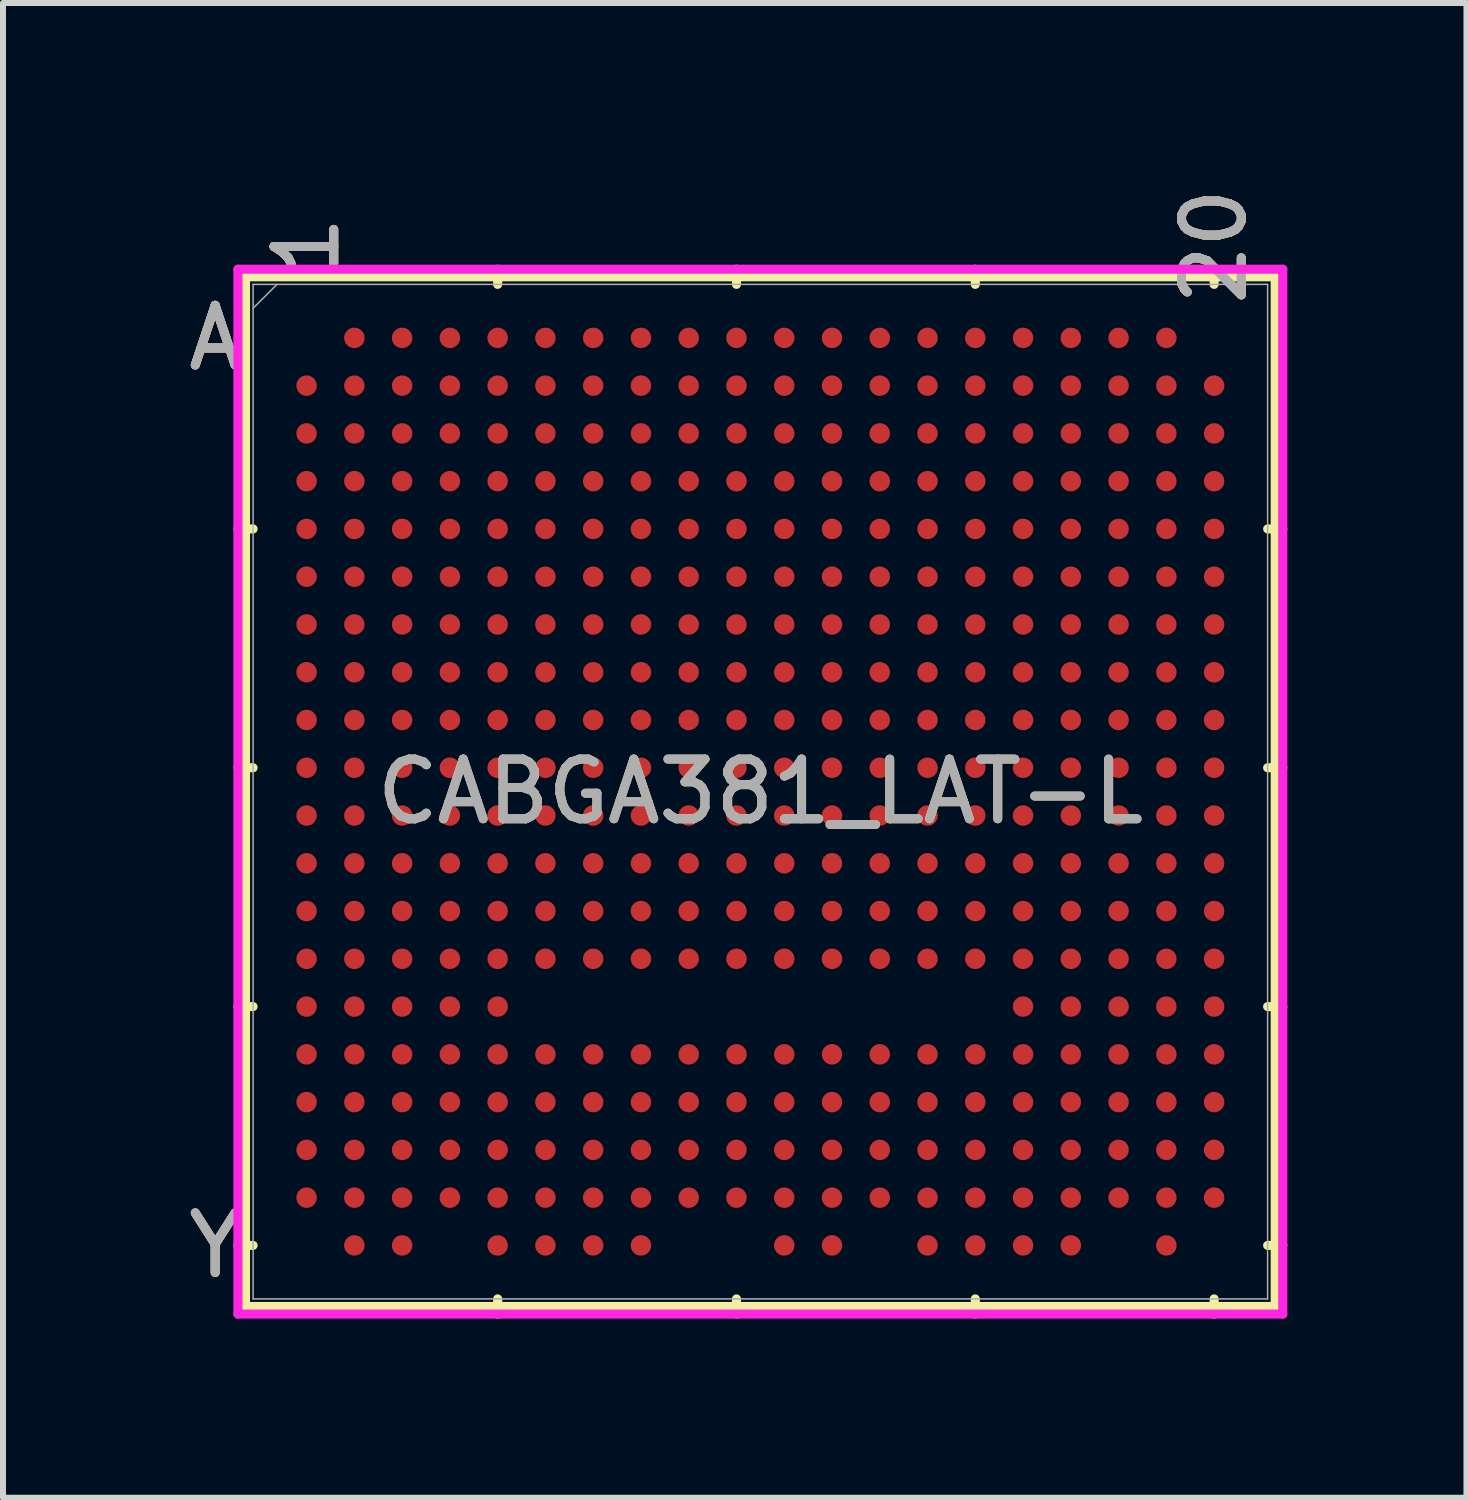
<source format=kicad_pcb>
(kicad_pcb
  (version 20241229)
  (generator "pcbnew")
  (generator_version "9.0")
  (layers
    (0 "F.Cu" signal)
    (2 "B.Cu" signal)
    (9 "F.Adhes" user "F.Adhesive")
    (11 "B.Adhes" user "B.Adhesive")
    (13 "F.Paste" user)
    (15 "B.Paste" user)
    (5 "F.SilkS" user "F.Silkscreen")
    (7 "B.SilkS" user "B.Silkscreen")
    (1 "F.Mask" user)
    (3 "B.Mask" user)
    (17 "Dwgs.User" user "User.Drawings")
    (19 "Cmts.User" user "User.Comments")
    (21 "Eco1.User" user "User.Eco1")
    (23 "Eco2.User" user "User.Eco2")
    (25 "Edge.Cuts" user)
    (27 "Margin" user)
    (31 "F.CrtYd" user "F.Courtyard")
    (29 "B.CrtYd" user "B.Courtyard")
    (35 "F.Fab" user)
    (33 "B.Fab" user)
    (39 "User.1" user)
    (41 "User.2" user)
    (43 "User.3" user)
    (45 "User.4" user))
  (footprint "CABGA381_LAT-L"
    (layer "F.Cu")
    (at 9.685 10.209)
    (property "Reference" "CABGA381_LAT-L" (at 0 0 0) (unlocked yes) (layer "F.SilkS") (effects (font (size 1 1) (thickness 0.15))))
    (attr smd)
    (fp_line (start -8.623 -8.623) (end -8.623 8.623) (stroke (width 0.152) (type solid)) (layer "F.SilkS"))
    (fp_line (start -8.623 8.623) (end 8.623 8.623) (stroke (width 0.152) (type solid)) (layer "F.SilkS"))
    (fp_line (start -8.496 -4.4) (end -8.75 -4.4) (stroke (width 0.152) (type solid)) (layer "F.SilkS"))
    (fp_line (start -8.496 -0.4) (end -8.75 -0.4) (stroke (width 0.152) (type solid)) (layer "F.SilkS"))
    (fp_line (start -8.496 3.6) (end -8.75 3.6) (stroke (width 0.152) (type solid)) (layer "F.SilkS"))
    (fp_line (start -8.496 7.6) (end -8.75 7.6) (stroke (width 0.152) (type solid)) (layer "F.SilkS"))
    (fp_line (start -4.4 -8.496) (end -4.4 -8.75) (stroke (width 0.152) (type solid)) (layer "F.SilkS"))
    (fp_line (start -4.4 8.496) (end -4.4 8.75) (stroke (width 0.152) (type solid)) (layer "F.SilkS"))
    (fp_line (start -0.4 -8.496) (end -0.4 -8.75) (stroke (width 0.152) (type solid)) (layer "F.SilkS"))
    (fp_line (start -0.4 8.496) (end -0.4 8.75) (stroke (width 0.152) (type solid)) (layer "F.SilkS"))
    (fp_line (start 3.6 -8.496) (end 3.6 -8.75) (stroke (width 0.152) (type solid)) (layer "F.SilkS"))
    (fp_line (start 3.6 8.496) (end 3.6 8.75) (stroke (width 0.152) (type solid)) (layer "F.SilkS"))
    (fp_line (start 7.6 -8.496) (end 7.6 -8.75) (stroke (width 0.152) (type solid)) (layer "F.SilkS"))
    (fp_line (start 7.6 8.496) (end 7.6 8.75) (stroke (width 0.152) (type solid)) (layer "F.SilkS"))
    (fp_line (start 8.496 -4.4) (end 8.75 -4.4) (stroke (width 0.152) (type solid)) (layer "F.SilkS"))
    (fp_line (start 8.496 -0.4) (end 8.75 -0.4) (stroke (width 0.152) (type solid)) (layer "F.SilkS"))
    (fp_line (start 8.496 3.6) (end 8.75 3.6) (stroke (width 0.152) (type solid)) (layer "F.SilkS"))
    (fp_line (start 8.496 7.6) (end 8.75 7.6) (stroke (width 0.152) (type solid)) (layer "F.SilkS"))
    (fp_line (start 8.623 -8.623) (end -8.623 -8.623) (stroke (width 0.152) (type solid)) (layer "F.SilkS"))
    (fp_line (start 8.623 8.623) (end 8.623 -8.623) (stroke (width 0.152) (type solid)) (layer "F.SilkS"))
    (fp_poly (pts (xy -8.444 -8.444) (xy 8.444 -8.444) (xy 8.444 8.444) (xy -8.444 8.444)) (stroke (width 0.1) (type solid)) (fill no) (layer "Eco2.User"))
    (fp_line (start -8.75 -8.75) (end 8.75 -8.75) (stroke (width 0.152) (type solid)) (layer "F.CrtYd"))
    (fp_line (start -8.75 8.75) (end -8.75 -8.75) (stroke (width 0.152) (type solid)) (layer "F.CrtYd"))
    (fp_line (start 8.75 -8.75) (end 8.75 8.75) (stroke (width 0.152) (type solid)) (layer "F.CrtYd"))
    (fp_line (start 8.75 8.75) (end -8.75 8.75) (stroke (width 0.152) (type solid)) (layer "F.CrtYd"))
    (fp_line (start -8.496 -8.496) (end -8.496 8.496) (stroke (width 0.025) (type solid)) (layer "F.Fab"))
    (fp_line (start -8.496 8.496) (end 8.496 8.496) (stroke (width 0.025) (type solid)) (layer "F.Fab"))
    (fp_line (start -8.096 -8.496) (end -8.496 -8.096) (stroke (width 0.025) (type solid)) (layer "F.Fab"))
    (fp_line (start 8.496 -8.496) (end -8.496 -8.496) (stroke (width 0.025) (type solid)) (layer "F.Fab"))
    (fp_line (start 8.496 8.496) (end 8.496 -8.496) (stroke (width 0.025) (type solid)) (layer "F.Fab"))
    (fp_text user "A" (at -9.131 -7.6 0) (unlocked yes) (layer "F.SilkS") (effects (font (size 1 1) (thickness 0.15))))
    (fp_text user "20" (at 7.6 -9.131 90) (unlocked yes) (layer "F.SilkS") (effects (font (size 1 1) (thickness 0.15))))
    (fp_text user "1" (at -7.6 -9.131 90) (unlocked yes) (layer "F.SilkS") (effects (font (size 1 1) (thickness 0.15))))
    (fp_text user "Y" (at -9.131 7.6 0) (unlocked yes) (layer "F.SilkS") (effects (font (size 1 1) (thickness 0.15))))
    (fp_text user "Y" (at -9.131 7.6 0) (unlocked yes) (layer "B.SilkS") (effects (font (size 1 1) (thickness 0.15))))
    (fp_text user "A" (at -9.131 -7.6 0) (unlocked yes) (layer "B.SilkS") (effects (font (size 1 1) (thickness 0.15))))
    (fp_text user "20" (at 7.6 -9.131 90) (unlocked yes) (layer "B.SilkS") (effects (font (size 1 1) (thickness 0.15))))
    (fp_text user "1" (at -7.6 -9.131 90) (unlocked yes) (layer "B.SilkS") (effects (font (size 1 1) (thickness 0.15))))
    (fp_text user "A" (at -9.131 -7.6 0) (unlocked yes) (layer "F.Fab") (effects (font (size 1 1) (thickness 0.15))))
    (fp_text user "1" (at -7.6 -9.131 90) (unlocked yes) (layer "F.Fab") (effects (font (size 1 1) (thickness 0.15))))
    (fp_text user "Y" (at -9.131 7.6 0) (unlocked yes) (layer "F.Fab") (effects (font (size 1 1) (thickness 0.15))))
    (fp_text user "${REFERENCE}" (at 0 0 0) (unlocked yes) (layer "F.Fab") (effects (font (size 1 1) (thickness 0.15))))
    (fp_text user "20" (at 7.6 -9.131 90) (unlocked yes) (layer "F.Fab") (effects (font (size 1 1) (thickness 0.15))))
    (pad "A2" smd circle (at -6.8 -7.6) (size 0.343 0.343) (layers "F.Cu" "F.Mask" "F.Paste"))
    (pad "A3" smd circle (at -6 -7.6) (size 0.343 0.343) (layers "F.Cu" "F.Mask" "F.Paste"))
    (pad "A4" smd circle (at -5.2 -7.6) (size 0.343 0.343) (layers "F.Cu" "F.Mask" "F.Paste"))
    (pad "A5" smd circle (at -4.4 -7.6) (size 0.343 0.343) (layers "F.Cu" "F.Mask" "F.Paste"))
    (pad "A6" smd circle (at -3.6 -7.6) (size 0.343 0.343) (layers "F.Cu" "F.Mask" "F.Paste"))
    (pad "A7" smd circle (at -2.8 -7.6) (size 0.343 0.343) (layers "F.Cu" "F.Mask" "F.Paste"))
    (pad "A8" smd circle (at -2 -7.6) (size 0.343 0.343) (layers "F.Cu" "F.Mask" "F.Paste"))
    (pad "A9" smd circle (at -1.2 -7.6) (size 0.343 0.343) (layers "F.Cu" "F.Mask" "F.Paste"))
    (pad "A10" smd circle (at -0.4 -7.6) (size 0.343 0.343) (layers "F.Cu" "F.Mask" "F.Paste"))
    (pad "A11" smd circle (at 0.4 -7.6) (size 0.343 0.343) (layers "F.Cu" "F.Mask" "F.Paste"))
    (pad "A12" smd circle (at 1.2 -7.6) (size 0.343 0.343) (layers "F.Cu" "F.Mask" "F.Paste"))
    (pad "A13" smd circle (at 2 -7.6) (size 0.343 0.343) (layers "F.Cu" "F.Mask" "F.Paste"))
    (pad "A14" smd circle (at 2.8 -7.6) (size 0.343 0.343) (layers "F.Cu" "F.Mask" "F.Paste"))
    (pad "A15" smd circle (at 3.6 -7.6) (size 0.343 0.343) (layers "F.Cu" "F.Mask" "F.Paste"))
    (pad "A16" smd circle (at 4.4 -7.6) (size 0.343 0.343) (layers "F.Cu" "F.Mask" "F.Paste"))
    (pad "A17" smd circle (at 5.2 -7.6) (size 0.343 0.343) (layers "F.Cu" "F.Mask" "F.Paste"))
    (pad "A18" smd circle (at 6 -7.6) (size 0.343 0.343) (layers "F.Cu" "F.Mask" "F.Paste"))
    (pad "A19" smd circle (at 6.8 -7.6) (size 0.343 0.343) (layers "F.Cu" "F.Mask" "F.Paste"))
    (pad "B1" smd circle (at -7.6 -6.8) (size 0.343 0.343) (layers "F.Cu" "F.Mask" "F.Paste"))
    (pad "B2" smd circle (at -6.8 -6.8) (size 0.343 0.343) (layers "F.Cu" "F.Mask" "F.Paste"))
    (pad "B3" smd circle (at -6 -6.8) (size 0.343 0.343) (layers "F.Cu" "F.Mask" "F.Paste"))
    (pad "B4" smd circle (at -5.2 -6.8) (size 0.343 0.343) (layers "F.Cu" "F.Mask" "F.Paste"))
    (pad "B5" smd circle (at -4.4 -6.8) (size 0.343 0.343) (layers "F.Cu" "F.Mask" "F.Paste"))
    (pad "B6" smd circle (at -3.6 -6.8) (size 0.343 0.343) (layers "F.Cu" "F.Mask" "F.Paste"))
    (pad "B7" smd circle (at -2.8 -6.8) (size 0.343 0.343) (layers "F.Cu" "F.Mask" "F.Paste"))
    (pad "B8" smd circle (at -2 -6.8) (size 0.343 0.343) (layers "F.Cu" "F.Mask" "F.Paste"))
    (pad "B9" smd circle (at -1.2 -6.8) (size 0.343 0.343) (layers "F.Cu" "F.Mask" "F.Paste"))
    (pad "B10" smd circle (at -0.4 -6.8) (size 0.343 0.343) (layers "F.Cu" "F.Mask" "F.Paste"))
    (pad "B11" smd circle (at 0.4 -6.8) (size 0.343 0.343) (layers "F.Cu" "F.Mask" "F.Paste"))
    (pad "B12" smd circle (at 1.2 -6.8) (size 0.343 0.343) (layers "F.Cu" "F.Mask" "F.Paste"))
    (pad "B13" smd circle (at 2 -6.8) (size 0.343 0.343) (layers "F.Cu" "F.Mask" "F.Paste"))
    (pad "B14" smd circle (at 2.8 -6.8) (size 0.343 0.343) (layers "F.Cu" "F.Mask" "F.Paste"))
    (pad "B15" smd circle (at 3.6 -6.8) (size 0.343 0.343) (layers "F.Cu" "F.Mask" "F.Paste"))
    (pad "B16" smd circle (at 4.4 -6.8) (size 0.343 0.343) (layers "F.Cu" "F.Mask" "F.Paste"))
    (pad "B17" smd circle (at 5.2 -6.8) (size 0.343 0.343) (layers "F.Cu" "F.Mask" "F.Paste"))
    (pad "B18" smd circle (at 6 -6.8) (size 0.343 0.343) (layers "F.Cu" "F.Mask" "F.Paste"))
    (pad "B19" smd circle (at 6.8 -6.8) (size 0.343 0.343) (layers "F.Cu" "F.Mask" "F.Paste"))
    (pad "B20" smd circle (at 7.6 -6.8) (size 0.343 0.343) (layers "F.Cu" "F.Mask" "F.Paste"))
    (pad "C1" smd circle (at -7.6 -6) (size 0.343 0.343) (layers "F.Cu" "F.Mask" "F.Paste"))
    (pad "C2" smd circle (at -6.8 -6) (size 0.343 0.343) (layers "F.Cu" "F.Mask" "F.Paste"))
    (pad "C3" smd circle (at -6 -6) (size 0.343 0.343) (layers "F.Cu" "F.Mask" "F.Paste"))
    (pad "C4" smd circle (at -5.2 -6) (size 0.343 0.343) (layers "F.Cu" "F.Mask" "F.Paste"))
    (pad "C5" smd circle (at -4.4 -6) (size 0.343 0.343) (layers "F.Cu" "F.Mask" "F.Paste"))
    (pad "C6" smd circle (at -3.6 -6) (size 0.343 0.343) (layers "F.Cu" "F.Mask" "F.Paste"))
    (pad "C7" smd circle (at -2.8 -6) (size 0.343 0.343) (layers "F.Cu" "F.Mask" "F.Paste"))
    (pad "C8" smd circle (at -2 -6) (size 0.343 0.343) (layers "F.Cu" "F.Mask" "F.Paste"))
    (pad "C9" smd circle (at -1.2 -6) (size 0.343 0.343) (layers "F.Cu" "F.Mask" "F.Paste"))
    (pad "C10" smd circle (at -0.4 -6) (size 0.343 0.343) (layers "F.Cu" "F.Mask" "F.Paste"))
    (pad "C11" smd circle (at 0.4 -6) (size 0.343 0.343) (layers "F.Cu" "F.Mask" "F.Paste"))
    (pad "C12" smd circle (at 1.2 -6) (size 0.343 0.343) (layers "F.Cu" "F.Mask" "F.Paste"))
    (pad "C13" smd circle (at 2 -6) (size 0.343 0.343) (layers "F.Cu" "F.Mask" "F.Paste"))
    (pad "C14" smd circle (at 2.8 -6) (size 0.343 0.343) (layers "F.Cu" "F.Mask" "F.Paste"))
    (pad "C15" smd circle (at 3.6 -6) (size 0.343 0.343) (layers "F.Cu" "F.Mask" "F.Paste"))
    (pad "C16" smd circle (at 4.4 -6) (size 0.343 0.343) (layers "F.Cu" "F.Mask" "F.Paste"))
    (pad "C17" smd circle (at 5.2 -6) (size 0.343 0.343) (layers "F.Cu" "F.Mask" "F.Paste"))
    (pad "C18" smd circle (at 6 -6) (size 0.343 0.343) (layers "F.Cu" "F.Mask" "F.Paste"))
    (pad "C19" smd circle (at 6.8 -6) (size 0.343 0.343) (layers "F.Cu" "F.Mask" "F.Paste"))
    (pad "C20" smd circle (at 7.6 -6) (size 0.343 0.343) (layers "F.Cu" "F.Mask" "F.Paste"))
    (pad "D1" smd circle (at -7.6 -5.2) (size 0.343 0.343) (layers "F.Cu" "F.Mask" "F.Paste"))
    (pad "D2" smd circle (at -6.8 -5.2) (size 0.343 0.343) (layers "F.Cu" "F.Mask" "F.Paste"))
    (pad "D3" smd circle (at -6 -5.2) (size 0.343 0.343) (layers "F.Cu" "F.Mask" "F.Paste"))
    (pad "D4" smd circle (at -5.2 -5.2) (size 0.343 0.343) (layers "F.Cu" "F.Mask" "F.Paste"))
    (pad "D5" smd circle (at -4.4 -5.2) (size 0.343 0.343) (layers "F.Cu" "F.Mask" "F.Paste"))
    (pad "D6" smd circle (at -3.6 -5.2) (size 0.343 0.343) (layers "F.Cu" "F.Mask" "F.Paste"))
    (pad "D7" smd circle (at -2.8 -5.2) (size 0.343 0.343) (layers "F.Cu" "F.Mask" "F.Paste"))
    (pad "D8" smd circle (at -2 -5.2) (size 0.343 0.343) (layers "F.Cu" "F.Mask" "F.Paste"))
    (pad "D9" smd circle (at -1.2 -5.2) (size 0.343 0.343) (layers "F.Cu" "F.Mask" "F.Paste"))
    (pad "D10" smd circle (at -0.4 -5.2) (size 0.343 0.343) (layers "F.Cu" "F.Mask" "F.Paste"))
    (pad "D11" smd circle (at 0.4 -5.2) (size 0.343 0.343) (layers "F.Cu" "F.Mask" "F.Paste"))
    (pad "D12" smd circle (at 1.2 -5.2) (size 0.343 0.343) (layers "F.Cu" "F.Mask" "F.Paste"))
    (pad "D13" smd circle (at 2 -5.2) (size 0.343 0.343) (layers "F.Cu" "F.Mask" "F.Paste"))
    (pad "D14" smd circle (at 2.8 -5.2) (size 0.343 0.343) (layers "F.Cu" "F.Mask" "F.Paste"))
    (pad "D15" smd circle (at 3.6 -5.2) (size 0.343 0.343) (layers "F.Cu" "F.Mask" "F.Paste"))
    (pad "D16" smd circle (at 4.4 -5.2) (size 0.343 0.343) (layers "F.Cu" "F.Mask" "F.Paste"))
    (pad "D17" smd circle (at 5.2 -5.2) (size 0.343 0.343) (layers "F.Cu" "F.Mask" "F.Paste"))
    (pad "D18" smd circle (at 6 -5.2) (size 0.343 0.343) (layers "F.Cu" "F.Mask" "F.Paste"))
    (pad "D19" smd circle (at 6.8 -5.2) (size 0.343 0.343) (layers "F.Cu" "F.Mask" "F.Paste"))
    (pad "D20" smd circle (at 7.6 -5.2) (size 0.343 0.343) (layers "F.Cu" "F.Mask" "F.Paste"))
    (pad "E1" smd circle (at -7.6 -4.4) (size 0.343 0.343) (layers "F.Cu" "F.Mask" "F.Paste"))
    (pad "E2" smd circle (at -6.8 -4.4) (size 0.343 0.343) (layers "F.Cu" "F.Mask" "F.Paste"))
    (pad "E3" smd circle (at -6 -4.4) (size 0.343 0.343) (layers "F.Cu" "F.Mask" "F.Paste"))
    (pad "E4" smd circle (at -5.2 -4.4) (size 0.343 0.343) (layers "F.Cu" "F.Mask" "F.Paste"))
    (pad "E5" smd circle (at -4.4 -4.4) (size 0.343 0.343) (layers "F.Cu" "F.Mask" "F.Paste"))
    (pad "E6" smd circle (at -3.6 -4.4) (size 0.343 0.343) (layers "F.Cu" "F.Mask" "F.Paste"))
    (pad "E7" smd circle (at -2.8 -4.4) (size 0.343 0.343) (layers "F.Cu" "F.Mask" "F.Paste"))
    (pad "E8" smd circle (at -2 -4.4) (size 0.343 0.343) (layers "F.Cu" "F.Mask" "F.Paste"))
    (pad "E9" smd circle (at -1.2 -4.4) (size 0.343 0.343) (layers "F.Cu" "F.Mask" "F.Paste"))
    (pad "E10" smd circle (at -0.4 -4.4) (size 0.343 0.343) (layers "F.Cu" "F.Mask" "F.Paste"))
    (pad "E11" smd circle (at 0.4 -4.4) (size 0.343 0.343) (layers "F.Cu" "F.Mask" "F.Paste"))
    (pad "E12" smd circle (at 1.2 -4.4) (size 0.343 0.343) (layers "F.Cu" "F.Mask" "F.Paste"))
    (pad "E13" smd circle (at 2 -4.4) (size 0.343 0.343) (layers "F.Cu" "F.Mask" "F.Paste"))
    (pad "E14" smd circle (at 2.8 -4.4) (size 0.343 0.343) (layers "F.Cu" "F.Mask" "F.Paste"))
    (pad "E15" smd circle (at 3.6 -4.4) (size 0.343 0.343) (layers "F.Cu" "F.Mask" "F.Paste"))
    (pad "E16" smd circle (at 4.4 -4.4) (size 0.343 0.343) (layers "F.Cu" "F.Mask" "F.Paste"))
    (pad "E17" smd circle (at 5.2 -4.4) (size 0.343 0.343) (layers "F.Cu" "F.Mask" "F.Paste"))
    (pad "E18" smd circle (at 6 -4.4) (size 0.343 0.343) (layers "F.Cu" "F.Mask" "F.Paste"))
    (pad "E19" smd circle (at 6.8 -4.4) (size 0.343 0.343) (layers "F.Cu" "F.Mask" "F.Paste"))
    (pad "E20" smd circle (at 7.6 -4.4) (size 0.343 0.343) (layers "F.Cu" "F.Mask" "F.Paste"))
    (pad "F1" smd circle (at -7.6 -3.6) (size 0.343 0.343) (layers "F.Cu" "F.Mask" "F.Paste"))
    (pad "F2" smd circle (at -6.8 -3.6) (size 0.343 0.343) (layers "F.Cu" "F.Mask" "F.Paste"))
    (pad "F3" smd circle (at -6 -3.6) (size 0.343 0.343) (layers "F.Cu" "F.Mask" "F.Paste"))
    (pad "F4" smd circle (at -5.2 -3.6) (size 0.343 0.343) (layers "F.Cu" "F.Mask" "F.Paste"))
    (pad "F5" smd circle (at -4.4 -3.6) (size 0.343 0.343) (layers "F.Cu" "F.Mask" "F.Paste"))
    (pad "F6" smd circle (at -3.6 -3.6) (size 0.343 0.343) (layers "F.Cu" "F.Mask" "F.Paste"))
    (pad "F7" smd circle (at -2.8 -3.6) (size 0.343 0.343) (layers "F.Cu" "F.Mask" "F.Paste"))
    (pad "F8" smd circle (at -2 -3.6) (size 0.343 0.343) (layers "F.Cu" "F.Mask" "F.Paste"))
    (pad "F9" smd circle (at -1.2 -3.6) (size 0.343 0.343) (layers "F.Cu" "F.Mask" "F.Paste"))
    (pad "F10" smd circle (at -0.4 -3.6) (size 0.343 0.343) (layers "F.Cu" "F.Mask" "F.Paste"))
    (pad "F11" smd circle (at 0.4 -3.6) (size 0.343 0.343) (layers "F.Cu" "F.Mask" "F.Paste"))
    (pad "F12" smd circle (at 1.2 -3.6) (size 0.343 0.343) (layers "F.Cu" "F.Mask" "F.Paste"))
    (pad "F13" smd circle (at 2 -3.6) (size 0.343 0.343) (layers "F.Cu" "F.Mask" "F.Paste"))
    (pad "F14" smd circle (at 2.8 -3.6) (size 0.343 0.343) (layers "F.Cu" "F.Mask" "F.Paste"))
    (pad "F15" smd circle (at 3.6 -3.6) (size 0.343 0.343) (layers "F.Cu" "F.Mask" "F.Paste"))
    (pad "F16" smd circle (at 4.4 -3.6) (size 0.343 0.343) (layers "F.Cu" "F.Mask" "F.Paste"))
    (pad "F17" smd circle (at 5.2 -3.6) (size 0.343 0.343) (layers "F.Cu" "F.Mask" "F.Paste"))
    (pad "F18" smd circle (at 6 -3.6) (size 0.343 0.343) (layers "F.Cu" "F.Mask" "F.Paste"))
    (pad "F19" smd circle (at 6.8 -3.6) (size 0.343 0.343) (layers "F.Cu" "F.Mask" "F.Paste"))
    (pad "F20" smd circle (at 7.6 -3.6) (size 0.343 0.343) (layers "F.Cu" "F.Mask" "F.Paste"))
    (pad "G1" smd circle (at -7.6 -2.8) (size 0.343 0.343) (layers "F.Cu" "F.Mask" "F.Paste"))
    (pad "G2" smd circle (at -6.8 -2.8) (size 0.343 0.343) (layers "F.Cu" "F.Mask" "F.Paste"))
    (pad "G3" smd circle (at -6 -2.8) (size 0.343 0.343) (layers "F.Cu" "F.Mask" "F.Paste"))
    (pad "G4" smd circle (at -5.2 -2.8) (size 0.343 0.343) (layers "F.Cu" "F.Mask" "F.Paste"))
    (pad "G5" smd circle (at -4.4 -2.8) (size 0.343 0.343) (layers "F.Cu" "F.Mask" "F.Paste"))
    (pad "G6" smd circle (at -3.6 -2.8) (size 0.343 0.343) (layers "F.Cu" "F.Mask" "F.Paste"))
    (pad "G7" smd circle (at -2.8 -2.8) (size 0.343 0.343) (layers "F.Cu" "F.Mask" "F.Paste"))
    (pad "G8" smd circle (at -2 -2.8) (size 0.343 0.343) (layers "F.Cu" "F.Mask" "F.Paste"))
    (pad "G9" smd circle (at -1.2 -2.8) (size 0.343 0.343) (layers "F.Cu" "F.Mask" "F.Paste"))
    (pad "G10" smd circle (at -0.4 -2.8) (size 0.343 0.343) (layers "F.Cu" "F.Mask" "F.Paste"))
    (pad "G11" smd circle (at 0.4 -2.8) (size 0.343 0.343) (layers "F.Cu" "F.Mask" "F.Paste"))
    (pad "G12" smd circle (at 1.2 -2.8) (size 0.343 0.343) (layers "F.Cu" "F.Mask" "F.Paste"))
    (pad "G13" smd circle (at 2 -2.8) (size 0.343 0.343) (layers "F.Cu" "F.Mask" "F.Paste"))
    (pad "G14" smd circle (at 2.8 -2.8) (size 0.343 0.343) (layers "F.Cu" "F.Mask" "F.Paste"))
    (pad "G15" smd circle (at 3.6 -2.8) (size 0.343 0.343) (layers "F.Cu" "F.Mask" "F.Paste"))
    (pad "G16" smd circle (at 4.4 -2.8) (size 0.343 0.343) (layers "F.Cu" "F.Mask" "F.Paste"))
    (pad "G17" smd circle (at 5.2 -2.8) (size 0.343 0.343) (layers "F.Cu" "F.Mask" "F.Paste"))
    (pad "G18" smd circle (at 6 -2.8) (size 0.343 0.343) (layers "F.Cu" "F.Mask" "F.Paste"))
    (pad "G19" smd circle (at 6.8 -2.8) (size 0.343 0.343) (layers "F.Cu" "F.Mask" "F.Paste"))
    (pad "G20" smd circle (at 7.6 -2.8) (size 0.343 0.343) (layers "F.Cu" "F.Mask" "F.Paste"))
    (pad "H1" smd circle (at -7.6 -2) (size 0.343 0.343) (layers "F.Cu" "F.Mask" "F.Paste"))
    (pad "H2" smd circle (at -6.8 -2) (size 0.343 0.343) (layers "F.Cu" "F.Mask" "F.Paste"))
    (pad "H3" smd circle (at -6 -2) (size 0.343 0.343) (layers "F.Cu" "F.Mask" "F.Paste"))
    (pad "H4" smd circle (at -5.2 -2) (size 0.343 0.343) (layers "F.Cu" "F.Mask" "F.Paste"))
    (pad "H5" smd circle (at -4.4 -2) (size 0.343 0.343) (layers "F.Cu" "F.Mask" "F.Paste"))
    (pad "H6" smd circle (at -3.6 -2) (size 0.343 0.343) (layers "F.Cu" "F.Mask" "F.Paste"))
    (pad "H7" smd circle (at -2.8 -2) (size 0.343 0.343) (layers "F.Cu" "F.Mask" "F.Paste"))
    (pad "H8" smd circle (at -2 -2) (size 0.343 0.343) (layers "F.Cu" "F.Mask" "F.Paste"))
    (pad "H9" smd circle (at -1.2 -2) (size 0.343 0.343) (layers "F.Cu" "F.Mask" "F.Paste"))
    (pad "H10" smd circle (at -0.4 -2) (size 0.343 0.343) (layers "F.Cu" "F.Mask" "F.Paste"))
    (pad "H11" smd circle (at 0.4 -2) (size 0.343 0.343) (layers "F.Cu" "F.Mask" "F.Paste"))
    (pad "H12" smd circle (at 1.2 -2) (size 0.343 0.343) (layers "F.Cu" "F.Mask" "F.Paste"))
    (pad "H13" smd circle (at 2 -2) (size 0.343 0.343) (layers "F.Cu" "F.Mask" "F.Paste"))
    (pad "H14" smd circle (at 2.8 -2) (size 0.343 0.343) (layers "F.Cu" "F.Mask" "F.Paste"))
    (pad "H15" smd circle (at 3.6 -2) (size 0.343 0.343) (layers "F.Cu" "F.Mask" "F.Paste"))
    (pad "H16" smd circle (at 4.4 -2) (size 0.343 0.343) (layers "F.Cu" "F.Mask" "F.Paste"))
    (pad "H17" smd circle (at 5.2 -2) (size 0.343 0.343) (layers "F.Cu" "F.Mask" "F.Paste"))
    (pad "H18" smd circle (at 6 -2) (size 0.343 0.343) (layers "F.Cu" "F.Mask" "F.Paste"))
    (pad "H19" smd circle (at 6.8 -2) (size 0.343 0.343) (layers "F.Cu" "F.Mask" "F.Paste"))
    (pad "H20" smd circle (at 7.6 -2) (size 0.343 0.343) (layers "F.Cu" "F.Mask" "F.Paste"))
    (pad "J1" smd circle (at -7.6 -1.2) (size 0.343 0.343) (layers "F.Cu" "F.Mask" "F.Paste"))
    (pad "J2" smd circle (at -6.8 -1.2) (size 0.343 0.343) (layers "F.Cu" "F.Mask" "F.Paste"))
    (pad "J3" smd circle (at -6 -1.2) (size 0.343 0.343) (layers "F.Cu" "F.Mask" "F.Paste"))
    (pad "J4" smd circle (at -5.2 -1.2) (size 0.343 0.343) (layers "F.Cu" "F.Mask" "F.Paste"))
    (pad "J5" smd circle (at -4.4 -1.2) (size 0.343 0.343) (layers "F.Cu" "F.Mask" "F.Paste"))
    (pad "J6" smd circle (at -3.6 -1.2) (size 0.343 0.343) (layers "F.Cu" "F.Mask" "F.Paste"))
    (pad "J7" smd circle (at -2.8 -1.2) (size 0.343 0.343) (layers "F.Cu" "F.Mask" "F.Paste"))
    (pad "J8" smd circle (at -2 -1.2) (size 0.343 0.343) (layers "F.Cu" "F.Mask" "F.Paste"))
    (pad "J9" smd circle (at -1.2 -1.2) (size 0.343 0.343) (layers "F.Cu" "F.Mask" "F.Paste"))
    (pad "J10" smd circle (at -0.4 -1.2) (size 0.343 0.343) (layers "F.Cu" "F.Mask" "F.Paste"))
    (pad "J11" smd circle (at 0.4 -1.2) (size 0.343 0.343) (layers "F.Cu" "F.Mask" "F.Paste"))
    (pad "J12" smd circle (at 1.2 -1.2) (size 0.343 0.343) (layers "F.Cu" "F.Mask" "F.Paste"))
    (pad "J13" smd circle (at 2 -1.2) (size 0.343 0.343) (layers "F.Cu" "F.Mask" "F.Paste"))
    (pad "J14" smd circle (at 2.8 -1.2) (size 0.343 0.343) (layers "F.Cu" "F.Mask" "F.Paste"))
    (pad "J15" smd circle (at 3.6 -1.2) (size 0.343 0.343) (layers "F.Cu" "F.Mask" "F.Paste"))
    (pad "J16" smd circle (at 4.4 -1.2) (size 0.343 0.343) (layers "F.Cu" "F.Mask" "F.Paste"))
    (pad "J17" smd circle (at 5.2 -1.2) (size 0.343 0.343) (layers "F.Cu" "F.Mask" "F.Paste"))
    (pad "J18" smd circle (at 6 -1.2) (size 0.343 0.343) (layers "F.Cu" "F.Mask" "F.Paste"))
    (pad "J19" smd circle (at 6.8 -1.2) (size 0.343 0.343) (layers "F.Cu" "F.Mask" "F.Paste"))
    (pad "J20" smd circle (at 7.6 -1.2) (size 0.343 0.343) (layers "F.Cu" "F.Mask" "F.Paste"))
    (pad "K1" smd circle (at -7.6 -0.4) (size 0.343 0.343) (layers "F.Cu" "F.Mask" "F.Paste"))
    (pad "K2" smd circle (at -6.8 -0.4) (size 0.343 0.343) (layers "F.Cu" "F.Mask" "F.Paste"))
    (pad "K3" smd circle (at -6 -0.4) (size 0.343 0.343) (layers "F.Cu" "F.Mask" "F.Paste"))
    (pad "K4" smd circle (at -5.2 -0.4) (size 0.343 0.343) (layers "F.Cu" "F.Mask" "F.Paste"))
    (pad "K5" smd circle (at -4.4 -0.4) (size 0.343 0.343) (layers "F.Cu" "F.Mask" "F.Paste"))
    (pad "K6" smd circle (at -3.6 -0.4) (size 0.343 0.343) (layers "F.Cu" "F.Mask" "F.Paste"))
    (pad "K7" smd circle (at -2.8 -0.4) (size 0.343 0.343) (layers "F.Cu" "F.Mask" "F.Paste"))
    (pad "K8" smd circle (at -2 -0.4) (size 0.343 0.343) (layers "F.Cu" "F.Mask" "F.Paste"))
    (pad "K9" smd circle (at -1.2 -0.4) (size 0.343 0.343) (layers "F.Cu" "F.Mask" "F.Paste"))
    (pad "K10" smd circle (at -0.4 -0.4) (size 0.343 0.343) (layers "F.Cu" "F.Mask" "F.Paste"))
    (pad "K11" smd circle (at 0.4 -0.4) (size 0.343 0.343) (layers "F.Cu" "F.Mask" "F.Paste"))
    (pad "K12" smd circle (at 1.2 -0.4) (size 0.343 0.343) (layers "F.Cu" "F.Mask" "F.Paste"))
    (pad "K13" smd circle (at 2 -0.4) (size 0.343 0.343) (layers "F.Cu" "F.Mask" "F.Paste"))
    (pad "K14" smd circle (at 2.8 -0.4) (size 0.343 0.343) (layers "F.Cu" "F.Mask" "F.Paste"))
    (pad "K15" smd circle (at 3.6 -0.4) (size 0.343 0.343) (layers "F.Cu" "F.Mask" "F.Paste"))
    (pad "K16" smd circle (at 4.4 -0.4) (size 0.343 0.343) (layers "F.Cu" "F.Mask" "F.Paste"))
    (pad "K17" smd circle (at 5.2 -0.4) (size 0.343 0.343) (layers "F.Cu" "F.Mask" "F.Paste"))
    (pad "K18" smd circle (at 6 -0.4) (size 0.343 0.343) (layers "F.Cu" "F.Mask" "F.Paste"))
    (pad "K19" smd circle (at 6.8 -0.4) (size 0.343 0.343) (layers "F.Cu" "F.Mask" "F.Paste"))
    (pad "K20" smd circle (at 7.6 -0.4) (size 0.343 0.343) (layers "F.Cu" "F.Mask" "F.Paste"))
    (pad "L1" smd circle (at -7.6 0.4) (size 0.343 0.343) (layers "F.Cu" "F.Mask" "F.Paste"))
    (pad "L2" smd circle (at -6.8 0.4) (size 0.343 0.343) (layers "F.Cu" "F.Mask" "F.Paste"))
    (pad "L3" smd circle (at -6 0.4) (size 0.343 0.343) (layers "F.Cu" "F.Mask" "F.Paste"))
    (pad "L4" smd circle (at -5.2 0.4) (size 0.343 0.343) (layers "F.Cu" "F.Mask" "F.Paste"))
    (pad "L5" smd circle (at -4.4 0.4) (size 0.343 0.343) (layers "F.Cu" "F.Mask" "F.Paste"))
    (pad "L6" smd circle (at -3.6 0.4) (size 0.343 0.343) (layers "F.Cu" "F.Mask" "F.Paste"))
    (pad "L7" smd circle (at -2.8 0.4) (size 0.343 0.343) (layers "F.Cu" "F.Mask" "F.Paste"))
    (pad "L8" smd circle (at -2 0.4) (size 0.343 0.343) (layers "F.Cu" "F.Mask" "F.Paste"))
    (pad "L9" smd circle (at -1.2 0.4) (size 0.343 0.343) (layers "F.Cu" "F.Mask" "F.Paste"))
    (pad "L10" smd circle (at -0.4 0.4) (size 0.343 0.343) (layers "F.Cu" "F.Mask" "F.Paste"))
    (pad "L11" smd circle (at 0.4 0.4) (size 0.343 0.343) (layers "F.Cu" "F.Mask" "F.Paste"))
    (pad "L12" smd circle (at 1.2 0.4) (size 0.343 0.343) (layers "F.Cu" "F.Mask" "F.Paste"))
    (pad "L13" smd circle (at 2 0.4) (size 0.343 0.343) (layers "F.Cu" "F.Mask" "F.Paste"))
    (pad "L14" smd circle (at 2.8 0.4) (size 0.343 0.343) (layers "F.Cu" "F.Mask" "F.Paste"))
    (pad "L15" smd circle (at 3.6 0.4) (size 0.343 0.343) (layers "F.Cu" "F.Mask" "F.Paste"))
    (pad "L16" smd circle (at 4.4 0.4) (size 0.343 0.343) (layers "F.Cu" "F.Mask" "F.Paste"))
    (pad "L17" smd circle (at 5.2 0.4) (size 0.343 0.343) (layers "F.Cu" "F.Mask" "F.Paste"))
    (pad "L18" smd circle (at 6 0.4) (size 0.343 0.343) (layers "F.Cu" "F.Mask" "F.Paste"))
    (pad "L19" smd circle (at 6.8 0.4) (size 0.343 0.343) (layers "F.Cu" "F.Mask" "F.Paste"))
    (pad "L20" smd circle (at 7.6 0.4) (size 0.343 0.343) (layers "F.Cu" "F.Mask" "F.Paste"))
    (pad "M1" smd circle (at -7.6 1.2) (size 0.343 0.343) (layers "F.Cu" "F.Mask" "F.Paste"))
    (pad "M2" smd circle (at -6.8 1.2) (size 0.343 0.343) (layers "F.Cu" "F.Mask" "F.Paste"))
    (pad "M3" smd circle (at -6 1.2) (size 0.343 0.343) (layers "F.Cu" "F.Mask" "F.Paste"))
    (pad "M4" smd circle (at -5.2 1.2) (size 0.343 0.343) (layers "F.Cu" "F.Mask" "F.Paste"))
    (pad "M5" smd circle (at -4.4 1.2) (size 0.343 0.343) (layers "F.Cu" "F.Mask" "F.Paste"))
    (pad "M6" smd circle (at -3.6 1.2) (size 0.343 0.343) (layers "F.Cu" "F.Mask" "F.Paste"))
    (pad "M7" smd circle (at -2.8 1.2) (size 0.343 0.343) (layers "F.Cu" "F.Mask" "F.Paste"))
    (pad "M8" smd circle (at -2 1.2) (size 0.343 0.343) (layers "F.Cu" "F.Mask" "F.Paste"))
    (pad "M9" smd circle (at -1.2 1.2) (size 0.343 0.343) (layers "F.Cu" "F.Mask" "F.Paste"))
    (pad "M10" smd circle (at -0.4 1.2) (size 0.343 0.343) (layers "F.Cu" "F.Mask" "F.Paste"))
    (pad "M11" smd circle (at 0.4 1.2) (size 0.343 0.343) (layers "F.Cu" "F.Mask" "F.Paste"))
    (pad "M12" smd circle (at 1.2 1.2) (size 0.343 0.343) (layers "F.Cu" "F.Mask" "F.Paste"))
    (pad "M13" smd circle (at 2 1.2) (size 0.343 0.343) (layers "F.Cu" "F.Mask" "F.Paste"))
    (pad "M14" smd circle (at 2.8 1.2) (size 0.343 0.343) (layers "F.Cu" "F.Mask" "F.Paste"))
    (pad "M15" smd circle (at 3.6 1.2) (size 0.343 0.343) (layers "F.Cu" "F.Mask" "F.Paste"))
    (pad "M16" smd circle (at 4.4 1.2) (size 0.343 0.343) (layers "F.Cu" "F.Mask" "F.Paste"))
    (pad "M17" smd circle (at 5.2 1.2) (size 0.343 0.343) (layers "F.Cu" "F.Mask" "F.Paste"))
    (pad "M18" smd circle (at 6 1.2) (size 0.343 0.343) (layers "F.Cu" "F.Mask" "F.Paste"))
    (pad "M19" smd circle (at 6.8 1.2) (size 0.343 0.343) (layers "F.Cu" "F.Mask" "F.Paste"))
    (pad "M20" smd circle (at 7.6 1.2) (size 0.343 0.343) (layers "F.Cu" "F.Mask" "F.Paste"))
    (pad "N1" smd circle (at -7.6 2) (size 0.343 0.343) (layers "F.Cu" "F.Mask" "F.Paste"))
    (pad "N2" smd circle (at -6.8 2) (size 0.343 0.343) (layers "F.Cu" "F.Mask" "F.Paste"))
    (pad "N3" smd circle (at -6 2) (size 0.343 0.343) (layers "F.Cu" "F.Mask" "F.Paste"))
    (pad "N4" smd circle (at -5.2 2) (size 0.343 0.343) (layers "F.Cu" "F.Mask" "F.Paste"))
    (pad "N5" smd circle (at -4.4 2) (size 0.343 0.343) (layers "F.Cu" "F.Mask" "F.Paste"))
    (pad "N6" smd circle (at -3.6 2) (size 0.343 0.343) (layers "F.Cu" "F.Mask" "F.Paste"))
    (pad "N7" smd circle (at -2.8 2) (size 0.343 0.343) (layers "F.Cu" "F.Mask" "F.Paste"))
    (pad "N8" smd circle (at -2 2) (size 0.343 0.343) (layers "F.Cu" "F.Mask" "F.Paste"))
    (pad "N9" smd circle (at -1.2 2) (size 0.343 0.343) (layers "F.Cu" "F.Mask" "F.Paste"))
    (pad "N10" smd circle (at -0.4 2) (size 0.343 0.343) (layers "F.Cu" "F.Mask" "F.Paste"))
    (pad "N11" smd circle (at 0.4 2) (size 0.343 0.343) (layers "F.Cu" "F.Mask" "F.Paste"))
    (pad "N12" smd circle (at 1.2 2) (size 0.343 0.343) (layers "F.Cu" "F.Mask" "F.Paste"))
    (pad "N13" smd circle (at 2 2) (size 0.343 0.343) (layers "F.Cu" "F.Mask" "F.Paste"))
    (pad "N14" smd circle (at 2.8 2) (size 0.343 0.343) (layers "F.Cu" "F.Mask" "F.Paste"))
    (pad "N15" smd circle (at 3.6 2) (size 0.343 0.343) (layers "F.Cu" "F.Mask" "F.Paste"))
    (pad "N16" smd circle (at 4.4 2) (size 0.343 0.343) (layers "F.Cu" "F.Mask" "F.Paste"))
    (pad "N17" smd circle (at 5.2 2) (size 0.343 0.343) (layers "F.Cu" "F.Mask" "F.Paste"))
    (pad "N18" smd circle (at 6 2) (size 0.343 0.343) (layers "F.Cu" "F.Mask" "F.Paste"))
    (pad "N19" smd circle (at 6.8 2) (size 0.343 0.343) (layers "F.Cu" "F.Mask" "F.Paste"))
    (pad "N20" smd circle (at 7.6 2) (size 0.343 0.343) (layers "F.Cu" "F.Mask" "F.Paste"))
    (pad "P1" smd circle (at -7.6 2.8) (size 0.343 0.343) (layers "F.Cu" "F.Mask" "F.Paste"))
    (pad "P2" smd circle (at -6.8 2.8) (size 0.343 0.343) (layers "F.Cu" "F.Mask" "F.Paste"))
    (pad "P3" smd circle (at -6 2.8) (size 0.343 0.343) (layers "F.Cu" "F.Mask" "F.Paste"))
    (pad "P4" smd circle (at -5.2 2.8) (size 0.343 0.343) (layers "F.Cu" "F.Mask" "F.Paste"))
    (pad "P5" smd circle (at -4.4 2.8) (size 0.343 0.343) (layers "F.Cu" "F.Mask" "F.Paste"))
    (pad "P6" smd circle (at -3.6 2.8) (size 0.343 0.343) (layers "F.Cu" "F.Mask" "F.Paste"))
    (pad "P7" smd circle (at -2.8 2.8) (size 0.343 0.343) (layers "F.Cu" "F.Mask" "F.Paste"))
    (pad "P8" smd circle (at -2 2.8) (size 0.343 0.343) (layers "F.Cu" "F.Mask" "F.Paste"))
    (pad "P9" smd circle (at -1.2 2.8) (size 0.343 0.343) (layers "F.Cu" "F.Mask" "F.Paste"))
    (pad "P10" smd circle (at -0.4 2.8) (size 0.343 0.343) (layers "F.Cu" "F.Mask" "F.Paste"))
    (pad "P11" smd circle (at 0.4 2.8) (size 0.343 0.343) (layers "F.Cu" "F.Mask" "F.Paste"))
    (pad "P12" smd circle (at 1.2 2.8) (size 0.343 0.343) (layers "F.Cu" "F.Mask" "F.Paste"))
    (pad "P13" smd circle (at 2 2.8) (size 0.343 0.343) (layers "F.Cu" "F.Mask" "F.Paste"))
    (pad "P14" smd circle (at 2.8 2.8) (size 0.343 0.343) (layers "F.Cu" "F.Mask" "F.Paste"))
    (pad "P15" smd circle (at 3.6 2.8) (size 0.343 0.343) (layers "F.Cu" "F.Mask" "F.Paste"))
    (pad "P16" smd circle (at 4.4 2.8) (size 0.343 0.343) (layers "F.Cu" "F.Mask" "F.Paste"))
    (pad "P17" smd circle (at 5.2 2.8) (size 0.343 0.343) (layers "F.Cu" "F.Mask" "F.Paste"))
    (pad "P18" smd circle (at 6 2.8) (size 0.343 0.343) (layers "F.Cu" "F.Mask" "F.Paste"))
    (pad "P19" smd circle (at 6.8 2.8) (size 0.343 0.343) (layers "F.Cu" "F.Mask" "F.Paste"))
    (pad "P20" smd circle (at 7.6 2.8) (size 0.343 0.343) (layers "F.Cu" "F.Mask" "F.Paste"))
    (pad "R1" smd circle (at -7.6 3.6) (size 0.343 0.343) (layers "F.Cu" "F.Mask" "F.Paste"))
    (pad "R2" smd circle (at -6.8 3.6) (size 0.343 0.343) (layers "F.Cu" "F.Mask" "F.Paste"))
    (pad "R3" smd circle (at -6 3.6) (size 0.343 0.343) (layers "F.Cu" "F.Mask" "F.Paste"))
    (pad "R4" smd circle (at -5.2 3.6) (size 0.343 0.343) (layers "F.Cu" "F.Mask" "F.Paste"))
    (pad "R5" smd circle (at -4.4 3.6) (size 0.343 0.343) (layers "F.Cu" "F.Mask" "F.Paste"))
    (pad "R16" smd circle (at 4.4 3.6) (size 0.343 0.343) (layers "F.Cu" "F.Mask" "F.Paste"))
    (pad "R17" smd circle (at 5.2 3.6) (size 0.343 0.343) (layers "F.Cu" "F.Mask" "F.Paste"))
    (pad "R18" smd circle (at 6 3.6) (size 0.343 0.343) (layers "F.Cu" "F.Mask" "F.Paste"))
    (pad "R19" smd circle (at 6.8 3.6) (size 0.343 0.343) (layers "F.Cu" "F.Mask" "F.Paste"))
    (pad "R20" smd circle (at 7.6 3.6) (size 0.343 0.343) (layers "F.Cu" "F.Mask" "F.Paste"))
    (pad "T1" smd circle (at -7.6 4.4) (size 0.343 0.343) (layers "F.Cu" "F.Mask" "F.Paste"))
    (pad "T2" smd circle (at -6.8 4.4) (size 0.343 0.343) (layers "F.Cu" "F.Mask" "F.Paste"))
    (pad "T3" smd circle (at -6 4.4) (size 0.343 0.343) (layers "F.Cu" "F.Mask" "F.Paste"))
    (pad "T4" smd circle (at -5.2 4.4) (size 0.343 0.343) (layers "F.Cu" "F.Mask" "F.Paste"))
    (pad "T5" smd circle (at -4.4 4.4) (size 0.343 0.343) (layers "F.Cu" "F.Mask" "F.Paste"))
    (pad "T6" smd circle (at -3.6 4.4) (size 0.343 0.343) (layers "F.Cu" "F.Mask" "F.Paste"))
    (pad "T7" smd circle (at -2.8 4.4) (size 0.343 0.343) (layers "F.Cu" "F.Mask" "F.Paste"))
    (pad "T8" smd circle (at -2 4.4) (size 0.343 0.343) (layers "F.Cu" "F.Mask" "F.Paste"))
    (pad "T9" smd circle (at -1.2 4.4) (size 0.343 0.343) (layers "F.Cu" "F.Mask" "F.Paste"))
    (pad "T10" smd circle (at -0.4 4.4) (size 0.343 0.343) (layers "F.Cu" "F.Mask" "F.Paste"))
    (pad "T11" smd circle (at 0.4 4.4) (size 0.343 0.343) (layers "F.Cu" "F.Mask" "F.Paste"))
    (pad "T12" smd circle (at 1.2 4.4) (size 0.343 0.343) (layers "F.Cu" "F.Mask" "F.Paste"))
    (pad "T13" smd circle (at 2 4.4) (size 0.343 0.343) (layers "F.Cu" "F.Mask" "F.Paste"))
    (pad "T14" smd circle (at 2.8 4.4) (size 0.343 0.343) (layers "F.Cu" "F.Mask" "F.Paste"))
    (pad "T15" smd circle (at 3.6 4.4) (size 0.343 0.343) (layers "F.Cu" "F.Mask" "F.Paste"))
    (pad "T16" smd circle (at 4.4 4.4) (size 0.343 0.343) (layers "F.Cu" "F.Mask" "F.Paste"))
    (pad "T17" smd circle (at 5.2 4.4) (size 0.343 0.343) (layers "F.Cu" "F.Mask" "F.Paste"))
    (pad "T18" smd circle (at 6 4.4) (size 0.343 0.343) (layers "F.Cu" "F.Mask" "F.Paste"))
    (pad "T19" smd circle (at 6.8 4.4) (size 0.343 0.343) (layers "F.Cu" "F.Mask" "F.Paste"))
    (pad "T20" smd circle (at 7.6 4.4) (size 0.343 0.343) (layers "F.Cu" "F.Mask" "F.Paste"))
    (pad "U1" smd circle (at -7.6 5.2) (size 0.343 0.343) (layers "F.Cu" "F.Mask" "F.Paste"))
    (pad "U2" smd circle (at -6.8 5.2) (size 0.343 0.343) (layers "F.Cu" "F.Mask" "F.Paste"))
    (pad "U3" smd circle (at -6 5.2) (size 0.343 0.343) (layers "F.Cu" "F.Mask" "F.Paste"))
    (pad "U4" smd circle (at -5.2 5.2) (size 0.343 0.343) (layers "F.Cu" "F.Mask" "F.Paste"))
    (pad "U5" smd circle (at -4.4 5.2) (size 0.343 0.343) (layers "F.Cu" "F.Mask" "F.Paste"))
    (pad "U6" smd circle (at -3.6 5.2) (size 0.343 0.343) (layers "F.Cu" "F.Mask" "F.Paste"))
    (pad "U7" smd circle (at -2.8 5.2) (size 0.343 0.343) (layers "F.Cu" "F.Mask" "F.Paste"))
    (pad "U8" smd circle (at -2 5.2) (size 0.343 0.343) (layers "F.Cu" "F.Mask" "F.Paste"))
    (pad "U9" smd circle (at -1.2 5.2) (size 0.343 0.343) (layers "F.Cu" "F.Mask" "F.Paste"))
    (pad "U10" smd circle (at -0.4 5.2) (size 0.343 0.343) (layers "F.Cu" "F.Mask" "F.Paste"))
    (pad "U11" smd circle (at 0.4 5.2) (size 0.343 0.343) (layers "F.Cu" "F.Mask" "F.Paste"))
    (pad "U12" smd circle (at 1.2 5.2) (size 0.343 0.343) (layers "F.Cu" "F.Mask" "F.Paste"))
    (pad "U13" smd circle (at 2 5.2) (size 0.343 0.343) (layers "F.Cu" "F.Mask" "F.Paste"))
    (pad "U14" smd circle (at 2.8 5.2) (size 0.343 0.343) (layers "F.Cu" "F.Mask" "F.Paste"))
    (pad "U15" smd circle (at 3.6 5.2) (size 0.343 0.343) (layers "F.Cu" "F.Mask" "F.Paste"))
    (pad "U16" smd circle (at 4.4 5.2) (size 0.343 0.343) (layers "F.Cu" "F.Mask" "F.Paste"))
    (pad "U17" smd circle (at 5.2 5.2) (size 0.343 0.343) (layers "F.Cu" "F.Mask" "F.Paste"))
    (pad "U18" smd circle (at 6 5.2) (size 0.343 0.343) (layers "F.Cu" "F.Mask" "F.Paste"))
    (pad "U19" smd circle (at 6.8 5.2) (size 0.343 0.343) (layers "F.Cu" "F.Mask" "F.Paste"))
    (pad "U20" smd circle (at 7.6 5.2) (size 0.343 0.343) (layers "F.Cu" "F.Mask" "F.Paste"))
    (pad "V1" smd circle (at -7.6 6) (size 0.343 0.343) (layers "F.Cu" "F.Mask" "F.Paste"))
    (pad "V2" smd circle (at -6.8 6) (size 0.343 0.343) (layers "F.Cu" "F.Mask" "F.Paste"))
    (pad "V3" smd circle (at -6 6) (size 0.343 0.343) (layers "F.Cu" "F.Mask" "F.Paste"))
    (pad "V4" smd circle (at -5.2 6) (size 0.343 0.343) (layers "F.Cu" "F.Mask" "F.Paste"))
    (pad "V5" smd circle (at -4.4 6) (size 0.343 0.343) (layers "F.Cu" "F.Mask" "F.Paste"))
    (pad "V6" smd circle (at -3.6 6) (size 0.343 0.343) (layers "F.Cu" "F.Mask" "F.Paste"))
    (pad "V7" smd circle (at -2.8 6) (size 0.343 0.343) (layers "F.Cu" "F.Mask" "F.Paste"))
    (pad "V8" smd circle (at -2 6) (size 0.343 0.343) (layers "F.Cu" "F.Mask" "F.Paste"))
    (pad "V9" smd circle (at -1.2 6) (size 0.343 0.343) (layers "F.Cu" "F.Mask" "F.Paste"))
    (pad "V10" smd circle (at -0.4 6) (size 0.343 0.343) (layers "F.Cu" "F.Mask" "F.Paste"))
    (pad "V11" smd circle (at 0.4 6) (size 0.343 0.343) (layers "F.Cu" "F.Mask" "F.Paste"))
    (pad "V12" smd circle (at 1.2 6) (size 0.343 0.343) (layers "F.Cu" "F.Mask" "F.Paste"))
    (pad "V13" smd circle (at 2 6) (size 0.343 0.343) (layers "F.Cu" "F.Mask" "F.Paste"))
    (pad "V14" smd circle (at 2.8 6) (size 0.343 0.343) (layers "F.Cu" "F.Mask" "F.Paste"))
    (pad "V15" smd circle (at 3.6 6) (size 0.343 0.343) (layers "F.Cu" "F.Mask" "F.Paste"))
    (pad "V16" smd circle (at 4.4 6) (size 0.343 0.343) (layers "F.Cu" "F.Mask" "F.Paste"))
    (pad "V17" smd circle (at 5.2 6) (size 0.343 0.343) (layers "F.Cu" "F.Mask" "F.Paste"))
    (pad "V18" smd circle (at 6 6) (size 0.343 0.343) (layers "F.Cu" "F.Mask" "F.Paste"))
    (pad "V19" smd circle (at 6.8 6) (size 0.343 0.343) (layers "F.Cu" "F.Mask" "F.Paste"))
    (pad "V20" smd circle (at 7.6 6) (size 0.343 0.343) (layers "F.Cu" "F.Mask" "F.Paste"))
    (pad "W1" smd circle (at -7.6 6.8) (size 0.343 0.343) (layers "F.Cu" "F.Mask" "F.Paste"))
    (pad "W2" smd circle (at -6.8 6.8) (size 0.343 0.343) (layers "F.Cu" "F.Mask" "F.Paste"))
    (pad "W3" smd circle (at -6 6.8) (size 0.343 0.343) (layers "F.Cu" "F.Mask" "F.Paste"))
    (pad "W4" smd circle (at -5.2 6.8) (size 0.343 0.343) (layers "F.Cu" "F.Mask" "F.Paste"))
    (pad "W5" smd circle (at -4.4 6.8) (size 0.343 0.343) (layers "F.Cu" "F.Mask" "F.Paste"))
    (pad "W6" smd circle (at -3.6 6.8) (size 0.343 0.343) (layers "F.Cu" "F.Mask" "F.Paste"))
    (pad "W7" smd circle (at -2.8 6.8) (size 0.343 0.343) (layers "F.Cu" "F.Mask" "F.Paste"))
    (pad "W8" smd circle (at -2 6.8) (size 0.343 0.343) (layers "F.Cu" "F.Mask" "F.Paste"))
    (pad "W9" smd circle (at -1.2 6.8) (size 0.343 0.343) (layers "F.Cu" "F.Mask" "F.Paste"))
    (pad "W10" smd circle (at -0.4 6.8) (size 0.343 0.343) (layers "F.Cu" "F.Mask" "F.Paste"))
    (pad "W11" smd circle (at 0.4 6.8) (size 0.343 0.343) (layers "F.Cu" "F.Mask" "F.Paste"))
    (pad "W12" smd circle (at 1.2 6.8) (size 0.343 0.343) (layers "F.Cu" "F.Mask" "F.Paste"))
    (pad "W13" smd circle (at 2 6.8) (size 0.343 0.343) (layers "F.Cu" "F.Mask" "F.Paste"))
    (pad "W14" smd circle (at 2.8 6.8) (size 0.343 0.343) (layers "F.Cu" "F.Mask" "F.Paste"))
    (pad "W15" smd circle (at 3.6 6.8) (size 0.343 0.343) (layers "F.Cu" "F.Mask" "F.Paste"))
    (pad "W16" smd circle (at 4.4 6.8) (size 0.343 0.343) (layers "F.Cu" "F.Mask" "F.Paste"))
    (pad "W17" smd circle (at 5.2 6.8) (size 0.343 0.343) (layers "F.Cu" "F.Mask" "F.Paste"))
    (pad "W18" smd circle (at 6 6.8) (size 0.343 0.343) (layers "F.Cu" "F.Mask" "F.Paste"))
    (pad "W19" smd circle (at 6.8 6.8) (size 0.343 0.343) (layers "F.Cu" "F.Mask" "F.Paste"))
    (pad "W20" smd circle (at 7.6 6.8) (size 0.343 0.343) (layers "F.Cu" "F.Mask" "F.Paste"))
    (pad "Y2" smd circle (at -6.8 7.6) (size 0.343 0.343) (layers "F.Cu" "F.Mask" "F.Paste"))
    (pad "Y3" smd circle (at -6 7.6) (size 0.343 0.343) (layers "F.Cu" "F.Mask" "F.Paste"))
    (pad "Y5" smd circle (at -4.4 7.6) (size 0.343 0.343) (layers "F.Cu" "F.Mask" "F.Paste"))
    (pad "Y6" smd circle (at -3.6 7.6) (size 0.343 0.343) (layers "F.Cu" "F.Mask" "F.Paste"))
    (pad "Y7" smd circle (at -2.8 7.6) (size 0.343 0.343) (layers "F.Cu" "F.Mask" "F.Paste"))
    (pad "Y8" smd circle (at -2 7.6) (size 0.343 0.343) (layers "F.Cu" "F.Mask" "F.Paste"))
    (pad "Y11" smd circle (at 0.4 7.6) (size 0.343 0.343) (layers "F.Cu" "F.Mask" "F.Paste"))
    (pad "Y12" smd circle (at 1.2 7.6) (size 0.343 0.343) (layers "F.Cu" "F.Mask" "F.Paste"))
    (pad "Y14" smd circle (at 2.8 7.6) (size 0.343 0.343) (layers "F.Cu" "F.Mask" "F.Paste"))
    (pad "Y15" smd circle (at 3.6 7.6) (size 0.343 0.343) (layers "F.Cu" "F.Mask" "F.Paste"))
    (pad "Y16" smd circle (at 4.4 7.6) (size 0.343 0.343) (layers "F.Cu" "F.Mask" "F.Paste"))
    (pad "Y17" smd circle (at 5.2 7.6) (size 0.343 0.343) (layers "F.Cu" "F.Mask" "F.Paste"))
    (pad "Y19" smd circle (at 6.8 7.6) (size 0.343 0.343) (layers "F.Cu" "F.Mask" "F.Paste")))
  (gr_rect
    (start -3 -3)
    (end 21.511 22.035)
    (stroke (width 0.1) (type default))
    (fill no)
    (layer "Edge.Cuts")))
</source>
